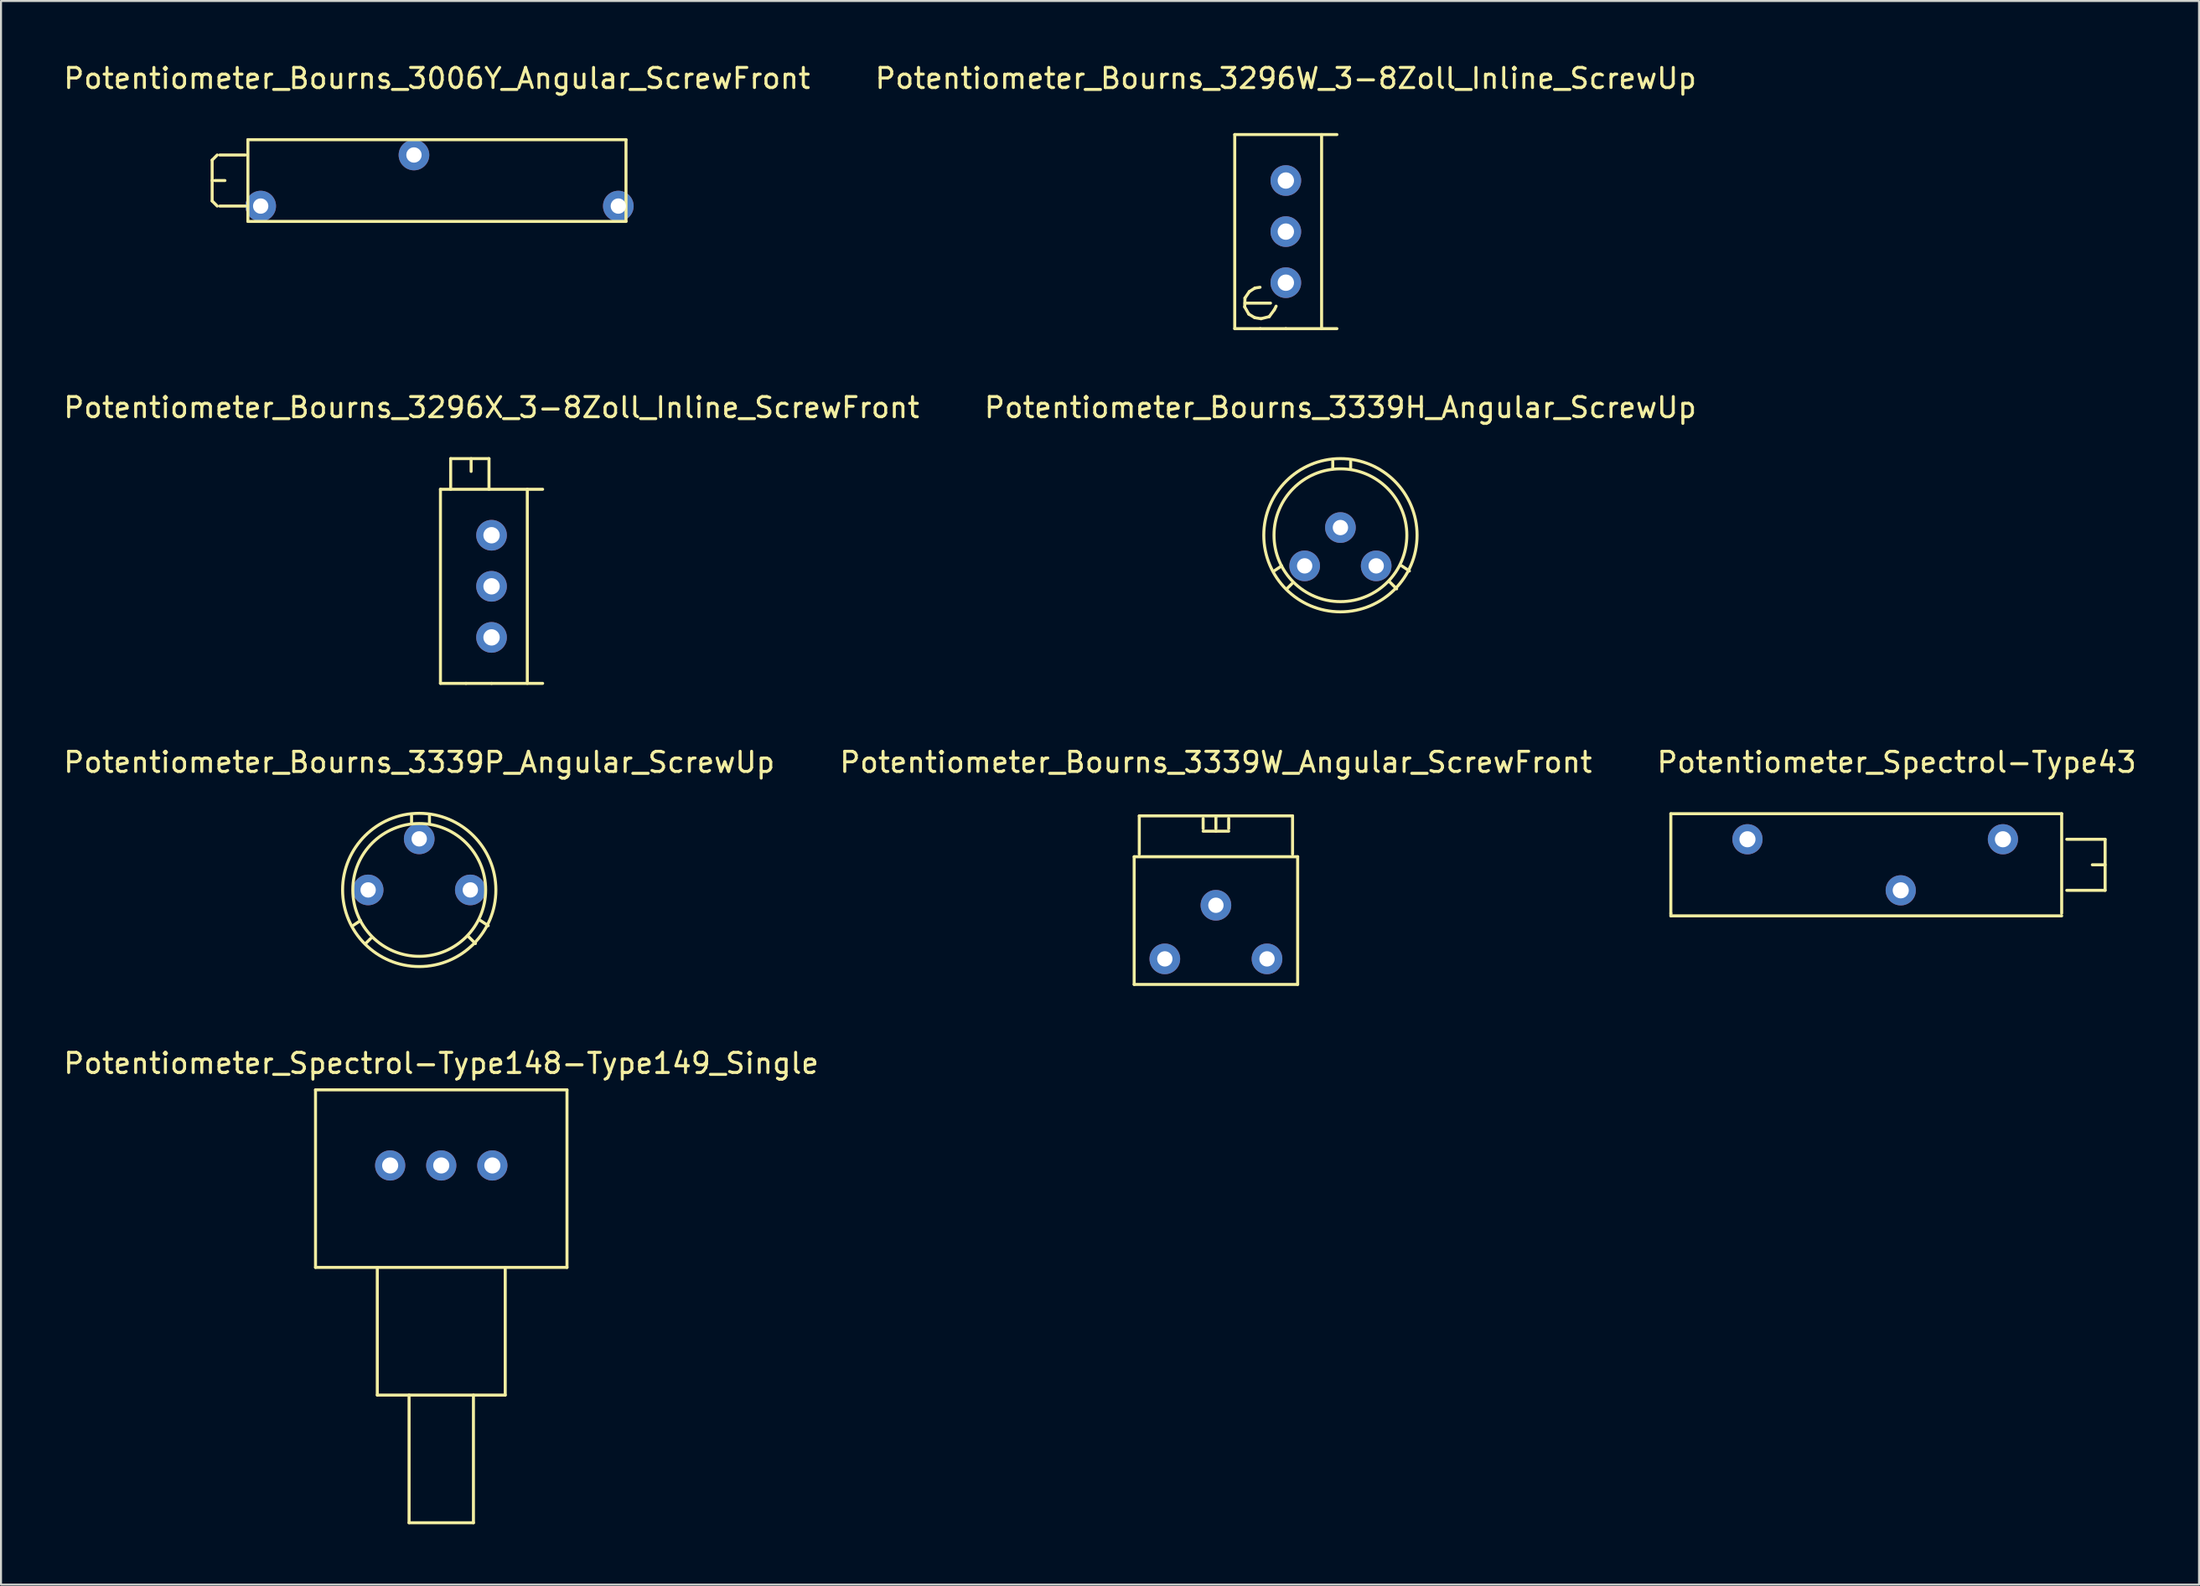
<source format=kicad_pcb>
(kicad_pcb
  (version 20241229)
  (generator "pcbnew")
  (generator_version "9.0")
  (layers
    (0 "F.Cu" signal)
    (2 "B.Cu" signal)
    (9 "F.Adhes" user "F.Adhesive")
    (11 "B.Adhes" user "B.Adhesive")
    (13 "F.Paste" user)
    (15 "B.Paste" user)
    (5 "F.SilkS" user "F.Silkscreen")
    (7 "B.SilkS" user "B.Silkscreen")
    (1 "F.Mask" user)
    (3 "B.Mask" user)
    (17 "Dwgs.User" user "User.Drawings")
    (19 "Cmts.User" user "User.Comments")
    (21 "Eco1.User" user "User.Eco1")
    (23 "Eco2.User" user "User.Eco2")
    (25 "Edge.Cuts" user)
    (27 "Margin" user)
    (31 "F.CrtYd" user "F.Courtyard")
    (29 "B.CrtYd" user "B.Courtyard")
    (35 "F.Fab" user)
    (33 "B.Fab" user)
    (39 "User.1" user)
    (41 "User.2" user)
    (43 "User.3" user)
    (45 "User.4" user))
  (footprint "Potentiometer_Bourns_3296X_3-8Zoll_Inline_ScrewFront"
    (layer "F.Cu")
    (at 21.387 28.648)
    (property "Reference" "Potentiometer_Bourns_3296X_3-8Zoll_Inline_ScrewFront" (at 0 -11.43 0) (layer "F.SilkS") (effects (font (size 1 1) (thickness 0.15))))
    (attr through_hole)
    (fp_line (start -2.54 -7.366) (end 2.54 -7.366) (stroke (width 0.15) (type solid)) (layer "F.SilkS"))
    (fp_line (start -2.54 2.286) (end -2.54 -7.366) (stroke (width 0.15) (type solid)) (layer "F.SilkS"))
    (fp_line (start -2.032 -8.89) (end -0.127 -8.89) (stroke (width 0.15) (type solid)) (layer "F.SilkS"))
    (fp_line (start -2.032 -7.366) (end -2.032 -8.89) (stroke (width 0.15) (type solid)) (layer "F.SilkS"))
    (fp_line (start -1.27 2.286) (end -2.54 2.286) (stroke (width 0.15) (type solid)) (layer "F.SilkS"))
    (fp_line (start -1.016 -8.89) (end -1.016 -8.255) (stroke (width 0.15) (type solid)) (layer "F.SilkS"))
    (fp_line (start -0.127 -8.89) (end -0.127 -7.366) (stroke (width 0.15) (type solid)) (layer "F.SilkS"))
    (fp_line (start 0 2.286) (end -1.27 2.286) (stroke (width 0.15) (type solid)) (layer "F.SilkS"))
    (fp_line (start 1.778 -7.366) (end 1.778 2.286) (stroke (width 0.15) (type solid)) (layer "F.SilkS"))
    (fp_line (start 2.54 2.286) (end 0 2.286) (stroke (width 0.15) (type solid)) (layer "F.SilkS"))
    (pad "1" thru_hole circle (at 0 0) (size 1.524 1.524) (drill 0.813) (layers "*.Cu" "*.Mask"))
    (pad "2" thru_hole circle (at 0 -2.54) (size 1.524 1.524) (drill 0.813) (layers "*.Cu" "*.Mask"))
    (pad "3" thru_hole circle (at 0 -5.08) (size 1.524 1.524) (drill 0.813) (layers "*.Cu" "*.Mask")))
  (footprint "Potentiometer_Bourns_3339H_Angular_ScrewUp"
    (layer "F.Cu")
    (at 61.811 25.091)
    (property "Reference" "Potentiometer_Bourns_3339H_Angular_ScrewUp" (at 1.778 -7.874 0) (layer "F.SilkS") (effects (font (size 1 1) (thickness 0.15))))
    (attr through_hole)
    (fp_line (start -1.524 0.254) (end -1.143 0) (stroke (width 0.15) (type solid)) (layer "F.SilkS"))
    (fp_line (start -0.889 1.143) (end -0.635 0.889) (stroke (width 0.15) (type solid)) (layer "F.SilkS"))
    (fp_line (start 1.397 -4.826) (end 1.397 -5.207) (stroke (width 0.15) (type solid)) (layer "F.SilkS"))
    (fp_line (start 2.286 -4.826) (end 2.286 -5.207) (stroke (width 0.15) (type solid)) (layer "F.SilkS"))
    (fp_line (start 4.572 1.143) (end 4.191 0.762) (stroke (width 0.15) (type solid)) (layer "F.SilkS"))
    (fp_line (start 5.207 0.254) (end 4.826 0) (stroke (width 0.15) (type solid)) (layer "F.SilkS"))
    (fp_circle (center 1.778 -1.524) (end 5.08 -1.524) (stroke (width 0.15) (type solid)) (fill no) (layer "F.SilkS"))
    (fp_circle (center 1.778 -1.524) (end 5.588 -1.524) (stroke (width 0.15) (type solid)) (fill no) (layer "F.SilkS"))
    (pad "1" thru_hole circle (at 0 0) (size 1.524 1.524) (drill 0.762) (layers "*.Cu" "*.Mask"))
    (pad "2" thru_hole circle (at 1.778 -1.905) (size 1.524 1.524) (drill 0.762) (layers "*.Cu" "*.Mask"))
    (pad "3" thru_hole circle (at 3.556 0) (size 1.524 1.524) (drill 0.762) (layers "*.Cu" "*.Mask")))
  (footprint "Potentiometer_Bourns_3296W_3-8Zoll_Inline_ScrewUp"
    (layer "F.Cu")
    (at 60.875 11.008)
    (property "Reference" "Potentiometer_Bourns_3296W_3-8Zoll_Inline_ScrewUp" (at 0 -10.16 0) (layer "F.SilkS") (effects (font (size 1 1) (thickness 0.15))))
    (attr through_hole)
    (fp_line (start -2.54 -7.366) (end 2.54 -7.366) (stroke (width 0.15) (type solid)) (layer "F.SilkS"))
    (fp_line (start -2.54 2.286) (end -2.54 -7.366) (stroke (width 0.15) (type solid)) (layer "F.SilkS"))
    (fp_line (start -2.045 1.206) (end -1.841 1.562) (stroke (width 0.15) (type solid)) (layer "F.SilkS"))
    (fp_line (start -2.032 0.762) (end -2.045 1.206) (stroke (width 0.15) (type solid)) (layer "F.SilkS"))
    (fp_line (start -2.032 1.016) (end -0.762 1.016) (stroke (width 0.15) (type solid)) (layer "F.SilkS"))
    (fp_line (start -1.841 1.562) (end -1.549 1.74) (stroke (width 0.15) (type solid)) (layer "F.SilkS"))
    (fp_line (start -1.816 0.445) (end -2.032 0.762) (stroke (width 0.15) (type solid)) (layer "F.SilkS"))
    (fp_line (start -1.549 1.74) (end -1.232 1.791) (stroke (width 0.15) (type solid)) (layer "F.SilkS"))
    (fp_line (start -1.537 0.267) (end -1.816 0.445) (stroke (width 0.15) (type solid)) (layer "F.SilkS"))
    (fp_line (start -1.283 0.229) (end -1.537 0.267) (stroke (width 0.15) (type solid)) (layer "F.SilkS"))
    (fp_line (start -1.27 2.286) (end -2.54 2.286) (stroke (width 0.15) (type solid)) (layer "F.SilkS"))
    (fp_line (start -1.232 1.791) (end -0.826 1.689) (stroke (width 0.15) (type solid)) (layer "F.SilkS"))
    (fp_line (start -0.826 1.689) (end -0.572 1.346) (stroke (width 0.15) (type solid)) (layer "F.SilkS"))
    (fp_line (start -0.572 1.346) (end -0.483 1.168) (stroke (width 0.15) (type solid)) (layer "F.SilkS"))
    (fp_line (start 0 2.286) (end -1.27 2.286) (stroke (width 0.15) (type solid)) (layer "F.SilkS"))
    (fp_line (start 1.778 -7.366) (end 1.778 2.286) (stroke (width 0.15) (type solid)) (layer "F.SilkS"))
    (fp_line (start 2.54 2.286) (end 0 2.286) (stroke (width 0.15) (type solid)) (layer "F.SilkS"))
    (pad "1" thru_hole circle (at 0 0) (size 1.524 1.524) (drill 0.813) (layers "*.Cu" "*.Mask"))
    (pad "2" thru_hole circle (at 0 -2.54) (size 1.524 1.524) (drill 0.813) (layers "*.Cu" "*.Mask"))
    (pad "3" thru_hole circle (at 0 -5.08) (size 1.524 1.524) (drill 0.813) (layers "*.Cu" "*.Mask")))
  (footprint "Potentiometer_Bourns_3339W_Angular_ScrewFront"
    (layer "F.Cu")
    (at 59.939 44.636)
    (property "Reference" "Potentiometer_Bourns_3339W_Angular_ScrewFront" (at -2.54 -9.779 0) (layer "F.SilkS") (effects (font (size 1 1) (thickness 0.15))))
    (attr through_hole)
    (fp_line (start -6.604 -5.08) (end -6.604 1.27) (stroke (width 0.15) (type solid)) (layer "F.SilkS"))
    (fp_line (start -6.604 -5.08) (end 1.524 -5.08) (stroke (width 0.15) (type solid)) (layer "F.SilkS"))
    (fp_line (start -6.604 1.27) (end 1.524 1.27) (stroke (width 0.15) (type solid)) (layer "F.SilkS"))
    (fp_line (start -6.35 -7.112) (end -6.35 -5.207) (stroke (width 0.15) (type solid)) (layer "F.SilkS"))
    (fp_line (start -6.35 -7.112) (end 1.27 -7.112) (stroke (width 0.15) (type solid)) (layer "F.SilkS"))
    (fp_line (start -3.175 -6.477) (end -3.175 -6.985) (stroke (width 0.15) (type solid)) (layer "F.SilkS"))
    (fp_line (start -2.54 -7.112) (end -2.54 -6.477) (stroke (width 0.15) (type solid)) (layer "F.SilkS"))
    (fp_line (start -2.54 -6.35) (end -3.175 -6.35) (stroke (width 0.15) (type solid)) (layer "F.SilkS"))
    (fp_line (start -2.54 -6.35) (end -1.905 -6.35) (stroke (width 0.15) (type solid)) (layer "F.SilkS"))
    (fp_line (start -1.905 -6.477) (end -1.905 -6.985) (stroke (width 0.15) (type solid)) (layer "F.SilkS"))
    (fp_line (start 1.27 -7.112) (end 1.27 -5.207) (stroke (width 0.15) (type solid)) (layer "F.SilkS"))
    (fp_line (start 1.524 -5.08) (end 1.524 1.27) (stroke (width 0.15) (type solid)) (layer "F.SilkS"))
    (pad "1" thru_hole circle (at 0 0) (size 1.524 1.524) (drill 0.762) (layers "*.Cu" "*.Mask"))
    (pad "2" thru_hole circle (at -2.54 -2.667) (size 1.524 1.524) (drill 0.762) (layers "*.Cu" "*.Mask"))
    (pad "3" thru_hole circle (at -5.08 0) (size 1.524 1.524) (drill 0.762) (layers "*.Cu" "*.Mask")))
  (footprint "Potentiometer_Spectrol-Type148-Type149_Single"
    (layer "F.Cu")
    (at 16.347 54.909)
    (property "Reference" "Potentiometer_Spectrol-Type148-Type149_Single" (at 2.54 -5.08 0) (layer "F.SilkS") (effects (font (size 1 1) (thickness 0.15))))
    (attr through_hole)
    (fp_line (start -3.711 -3.759) (end 8.791 -3.759) (stroke (width 0.15) (type solid)) (layer "F.SilkS"))
    (fp_line (start -3.711 5.07) (end -3.711 -3.759) (stroke (width 0.15) (type solid)) (layer "F.SilkS"))
    (fp_line (start -0.64 11.42) (end -0.64 5.07) (stroke (width 0.15) (type solid)) (layer "F.SilkS"))
    (fp_line (start -0.64 11.42) (end 5.72 11.42) (stroke (width 0.15) (type solid)) (layer "F.SilkS"))
    (fp_line (start 0.94 17.77) (end 0.94 11.42) (stroke (width 0.15) (type solid)) (layer "F.SilkS"))
    (fp_line (start 4.14 11.42) (end 4.14 17.77) (stroke (width 0.15) (type solid)) (layer "F.SilkS"))
    (fp_line (start 4.14 17.77) (end 0.94 17.77) (stroke (width 0.15) (type solid)) (layer "F.SilkS"))
    (fp_line (start 5.72 5.07) (end 5.72 11.42) (stroke (width 0.15) (type solid)) (layer "F.SilkS"))
    (fp_line (start 8.791 -3.759) (end 8.791 5.07) (stroke (width 0.15) (type solid)) (layer "F.SilkS"))
    (fp_line (start 8.791 5.07) (end -3.711 5.07) (stroke (width 0.15) (type solid)) (layer "F.SilkS"))
    (pad "1" thru_hole circle (at 0 0) (size 1.501 1.501) (drill 0.8) (layers "*.Cu" "*.Mask"))
    (pad "2" thru_hole circle (at 2.54 0) (size 1.501 1.501) (drill 0.8) (layers "*.Cu" "*.Mask"))
    (pad "3" thru_hole circle (at 5.08 0) (size 1.501 1.501) (drill 0.8) (layers "*.Cu" "*.Mask")))
  (footprint "Potentiometer_Spectrol-Type43"
    (layer "F.Cu")
    (at 83.825 38.687)
    (property "Reference" "Potentiometer_Spectrol-Type43" (at 7.419 -3.83 0) (layer "F.SilkS") (effects (font (size 1 1) (thickness 0.15))))
    (attr through_hole)
    (fp_line (start -3.81 -1.27) (end -3.81 3.683) (stroke (width 0.15) (type solid)) (layer "F.SilkS"))
    (fp_line (start -3.81 3.683) (end -3.81 3.81) (stroke (width 0.15) (type solid)) (layer "F.SilkS"))
    (fp_line (start -3.81 3.81) (end 15.621 3.81) (stroke (width 0.15) (type solid)) (layer "F.SilkS"))
    (fp_line (start 15.621 -1.27) (end -3.81 -1.27) (stroke (width 0.15) (type solid)) (layer "F.SilkS"))
    (fp_line (start 15.621 3.683) (end 15.621 -1.27) (stroke (width 0.15) (type solid)) (layer "F.SilkS"))
    (fp_line (start 15.875 0) (end 17.78 0) (stroke (width 0.15) (type solid)) (layer "F.SilkS"))
    (fp_line (start 17.145 1.27) (end 17.78 1.27) (stroke (width 0.15) (type solid)) (layer "F.SilkS"))
    (fp_line (start 17.78 0) (end 17.78 2.54) (stroke (width 0.15) (type solid)) (layer "F.SilkS"))
    (fp_line (start 17.78 2.54) (end 15.875 2.54) (stroke (width 0.15) (type solid)) (layer "F.SilkS"))
    (pad "1" thru_hole circle (at 0 0) (size 1.501 1.501) (drill 0.8) (layers "*.Cu" "*.Mask"))
    (pad "2" thru_hole circle (at 7.62 2.54) (size 1.501 1.501) (drill 0.8) (layers "*.Cu" "*.Mask"))
    (pad "3" thru_hole circle (at 12.7 0) (size 1.501 1.501) (drill 0.8) (layers "*.Cu" "*.Mask")))
  (footprint "Potentiometer_Bourns_3339P_Angular_ScrewUp"
    (layer "F.Cu")
    (at 15.252 41.207)
    (property "Reference" "Potentiometer_Bourns_3339P_Angular_ScrewUp" (at 2.54 -6.35 0) (layer "F.SilkS") (effects (font (size 1 1) (thickness 0.15))))
    (attr through_hole)
    (fp_line (start -0.762 1.778) (end -0.381 1.524) (stroke (width 0.15) (type solid)) (layer "F.SilkS"))
    (fp_line (start -0.127 2.667) (end 0.127 2.413) (stroke (width 0.15) (type solid)) (layer "F.SilkS"))
    (fp_line (start 2.159 -3.302) (end 2.159 -3.683) (stroke (width 0.15) (type solid)) (layer "F.SilkS"))
    (fp_line (start 3.048 -3.302) (end 3.048 -3.683) (stroke (width 0.15) (type solid)) (layer "F.SilkS"))
    (fp_line (start 5.334 2.667) (end 4.953 2.286) (stroke (width 0.15) (type solid)) (layer "F.SilkS"))
    (fp_line (start 5.969 1.778) (end 5.588 1.524) (stroke (width 0.15) (type solid)) (layer "F.SilkS"))
    (fp_circle (center 2.54 0) (end 5.842 0) (stroke (width 0.15) (type solid)) (fill no) (layer "F.SilkS"))
    (fp_circle (center 2.54 0) (end 6.35 0) (stroke (width 0.15) (type solid)) (fill no) (layer "F.SilkS"))
    (pad "1" thru_hole circle (at 0 0) (size 1.524 1.524) (drill 0.762) (layers "*.Cu" "*.Mask"))
    (pad "2" thru_hole circle (at 2.54 -2.54) (size 1.524 1.524) (drill 0.762) (layers "*.Cu" "*.Mask"))
    (pad "3" thru_hole circle (at 5.08 0) (size 1.524 1.524) (drill 0.762) (layers "*.Cu" "*.Mask")))
  (footprint "Potentiometer_Bourns_3006Y_Angular_ScrewFront"
    (layer "F.Cu")
    (at 27.69 7.198)
    (property "Reference" "Potentiometer_Bourns_3006Y_Angular_ScrewFront" (at -9.017 -6.35 0) (layer "F.SilkS") (effects (font (size 1 1) (thickness 0.15))))
    (attr through_hole)
    (fp_line (start -20.193 -2.286) (end -20.193 -1.27) (stroke (width 0.15) (type solid)) (layer "F.SilkS"))
    (fp_line (start -20.193 -1.27) (end -20.193 -0.254) (stroke (width 0.15) (type solid)) (layer "F.SilkS"))
    (fp_line (start -20.193 -0.254) (end -19.939 0) (stroke (width 0.15) (type solid)) (layer "F.SilkS"))
    (fp_line (start -20.066 -1.27) (end -19.558 -1.27) (stroke (width 0.15) (type solid)) (layer "F.SilkS"))
    (fp_line (start -19.939 -2.54) (end -20.193 -2.286) (stroke (width 0.15) (type solid)) (layer "F.SilkS"))
    (fp_line (start -18.542 -2.54) (end -19.812 -2.54) (stroke (width 0.15) (type solid)) (layer "F.SilkS"))
    (fp_line (start -18.542 0) (end -19.812 0) (stroke (width 0.15) (type solid)) (layer "F.SilkS"))
    (fp_line (start -18.415 0.762) (end -18.415 -3.302) (stroke (width 0.15) (type solid)) (layer "F.SilkS"))
    (fp_line (start -18.415 0.762) (end 0.381 0.762) (stroke (width 0.15) (type solid)) (layer "F.SilkS"))
    (fp_line (start 0.381 -3.302) (end -18.415 -3.302) (stroke (width 0.15) (type solid)) (layer "F.SilkS"))
    (fp_line (start 0.381 0.762) (end 0.381 -3.302) (stroke (width 0.15) (type solid)) (layer "F.SilkS"))
    (pad "1" thru_hole circle (at 0 0) (size 1.524 1.524) (drill 0.762) (layers "*.Cu" "*.Mask"))
    (pad "2" thru_hole circle (at -10.16 -2.54) (size 1.524 1.524) (drill 0.762) (layers "*.Cu" "*.Mask"))
    (pad "3" thru_hole circle (at -17.78 0) (size 1.524 1.524) (drill 0.762) (layers "*.Cu" "*.Mask")))
  (gr_rect
    (start -3 -3)
    (end 106.274 75.754)
    (stroke (width 0.1) (type default))
    (fill no)
    (layer "Edge.Cuts")))
</source>
